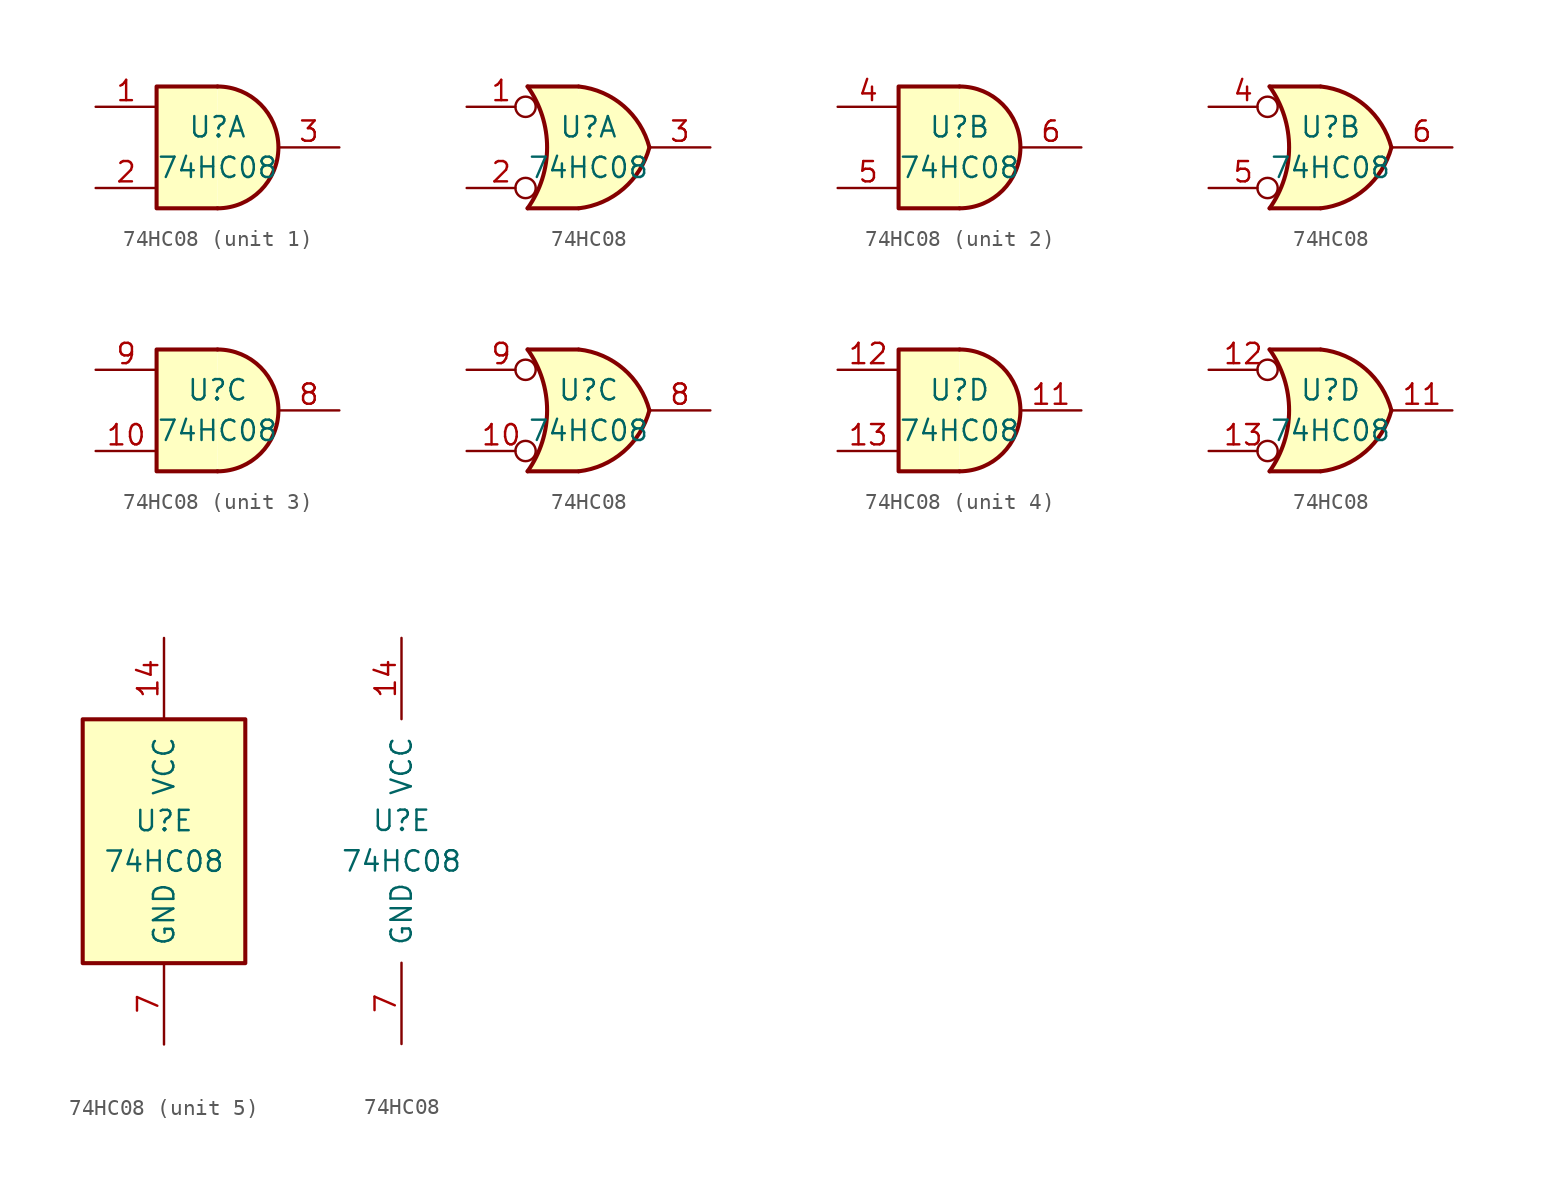
<source format=kicad_sym>
(kicad_symbol_lib
  (version 20211014)
  (generator kicad_symbol_editor)
  (symbol "74HC08"
    (pin_names
      (offset 1.016))
    (property "Reference" "U"
      (at 0 1.27 0)
      (effects (font (size 1.27 1.27))))
    (property "Value" "74HC08"
      (at 0 -1.27 0)
      (effects (font (size 1.27 1.27))))
    (symbol "74HC08_1_1"
      (arc (start 0 -3.81) (mid 3.81 0) (end 0 3.81) (stroke (width 0.254) (type default) (color 0 0 0 0)) (fill (type background)))
      (polyline (pts (xy 0 3.81) (xy -3.81 3.81) (xy -3.81 -3.81) (xy 0 -3.81)) (stroke (width 0.254) (type default) (color 0 0 0 0)) (fill (type background)))
      (pin input line (at -7.62 2.54 0) (length 3.81) (name "~" (effects (font (size 1.27 1.27)))) (number "1" (effects (font (size 1.27 1.27)))))
      (pin input line (at -7.62 -2.54 0) (length 3.81) (name "~" (effects (font (size 1.27 1.27)))) (number "2" (effects (font (size 1.27 1.27)))))
      (pin output line (at 7.62 0 180) (length 3.81) (name "~" (effects (font (size 1.27 1.27)))) (number "3" (effects (font (size 1.27 1.27))))))
    (symbol "74HC08_1_2"
      (arc (start -3.81 -3.81) (mid -2.589 0) (end -3.81 3.81) (stroke (width 0.254) (type default) (color 0 0 0 0)) (fill (type none)))
      (arc (start -0.6096 -3.81) (mid 2.1855 -2.584) (end 3.81 0) (stroke (width 0.254) (type default) (color 0 0 0 0)) (fill (type background)))
      (polyline (pts (xy -3.81 -3.81) (xy -0.635 -3.81)) (stroke (width 0.254) (type default) (color 0 0 0 0)) (fill (type background)))
      (polyline (pts (xy -3.81 3.81) (xy -0.635 3.81)) (stroke (width 0.254) (type default) (color 0 0 0 0)) (fill (type background)))
      (polyline (pts (xy -0.635 3.81) (xy -3.81 3.81) (xy -3.81 3.81) (xy -3.556 3.404) (xy -3.023 2.261) (xy -2.692 1.041) (xy -2.616 -0.254) (xy -2.769 -1.499) (xy -3.175 -2.718) (xy -3.81 -3.81) (xy -3.81 -3.81) (xy -0.635 -3.81)) (stroke (width -25.4) (type default) (color 0 0 0 0)) (fill (type background)))
      (arc (start 3.81 0) (mid 2.1928 2.5925) (end -0.6096 3.81) (stroke (width 0.254) (type default) (color 0 0 0 0)) (fill (type background)))
      (pin input inverted (at -7.62 2.54 0) (length 4.318) (name "~" (effects (font (size 1.27 1.27)))) (number "1" (effects (font (size 1.27 1.27)))))
      (pin input inverted (at -7.62 -2.54 0) (length 4.318) (name "~" (effects (font (size 1.27 1.27)))) (number "2" (effects (font (size 1.27 1.27)))))
      (pin output line (at 7.62 0 180) (length 3.81) (name "~" (effects (font (size 1.27 1.27)))) (number "3" (effects (font (size 1.27 1.27))))))
    (symbol "74HC08_2_1"
      (arc (start 0 -3.81) (mid 3.81 0) (end 0 3.81) (stroke (width 0.254) (type default) (color 0 0 0 0)) (fill (type background)))
      (polyline (pts (xy 0 3.81) (xy -3.81 3.81) (xy -3.81 -3.81) (xy 0 -3.81)) (stroke (width 0.254) (type default) (color 0 0 0 0)) (fill (type background)))
      (pin input line (at -7.62 2.54 0) (length 3.81) (name "~" (effects (font (size 1.27 1.27)))) (number "4" (effects (font (size 1.27 1.27)))))
      (pin input line (at -7.62 -2.54 0) (length 3.81) (name "~" (effects (font (size 1.27 1.27)))) (number "5" (effects (font (size 1.27 1.27)))))
      (pin output line (at 7.62 0 180) (length 3.81) (name "~" (effects (font (size 1.27 1.27)))) (number "6" (effects (font (size 1.27 1.27))))))
    (symbol "74HC08_2_2"
      (arc (start -3.81 -3.81) (mid -2.589 0) (end -3.81 3.81) (stroke (width 0.254) (type default) (color 0 0 0 0)) (fill (type none)))
      (arc (start -0.6096 -3.81) (mid 2.1855 -2.584) (end 3.81 0) (stroke (width 0.254) (type default) (color 0 0 0 0)) (fill (type background)))
      (polyline (pts (xy -3.81 -3.81) (xy -0.635 -3.81)) (stroke (width 0.254) (type default) (color 0 0 0 0)) (fill (type background)))
      (polyline (pts (xy -3.81 3.81) (xy -0.635 3.81)) (stroke (width 0.254) (type default) (color 0 0 0 0)) (fill (type background)))
      (polyline (pts (xy -0.635 3.81) (xy -3.81 3.81) (xy -3.81 3.81) (xy -3.556 3.404) (xy -3.023 2.261) (xy -2.692 1.041) (xy -2.616 -0.254) (xy -2.769 -1.499) (xy -3.175 -2.718) (xy -3.81 -3.81) (xy -3.81 -3.81) (xy -0.635 -3.81)) (stroke (width -25.4) (type default) (color 0 0 0 0)) (fill (type background)))
      (arc (start 3.81 0) (mid 2.1928 2.5925) (end -0.6096 3.81) (stroke (width 0.254) (type default) (color 0 0 0 0)) (fill (type background)))
      (pin input inverted (at -7.62 2.54 0) (length 4.318) (name "~" (effects (font (size 1.27 1.27)))) (number "4" (effects (font (size 1.27 1.27)))))
      (pin input inverted (at -7.62 -2.54 0) (length 4.318) (name "~" (effects (font (size 1.27 1.27)))) (number "5" (effects (font (size 1.27 1.27)))))
      (pin output line (at 7.62 0 180) (length 3.81) (name "~" (effects (font (size 1.27 1.27)))) (number "6" (effects (font (size 1.27 1.27))))))
    (symbol "74HC08_3_1"
      (arc (start 0 -3.81) (mid 3.81 0) (end 0 3.81) (stroke (width 0.254) (type default) (color 0 0 0 0)) (fill (type background)))
      (polyline (pts (xy 0 3.81) (xy -3.81 3.81) (xy -3.81 -3.81) (xy 0 -3.81)) (stroke (width 0.254) (type default) (color 0 0 0 0)) (fill (type background)))
      (pin input line (at -7.62 -2.54 0) (length 3.81) (name "~" (effects (font (size 1.27 1.27)))) (number "10" (effects (font (size 1.27 1.27)))))
      (pin output line (at 7.62 0 180) (length 3.81) (name "~" (effects (font (size 1.27 1.27)))) (number "8" (effects (font (size 1.27 1.27)))))
      (pin input line (at -7.62 2.54 0) (length 3.81) (name "~" (effects (font (size 1.27 1.27)))) (number "9" (effects (font (size 1.27 1.27))))))
    (symbol "74HC08_3_2"
      (arc (start -3.81 -3.81) (mid -2.589 0) (end -3.81 3.81) (stroke (width 0.254) (type default) (color 0 0 0 0)) (fill (type none)))
      (arc (start -0.6096 -3.81) (mid 2.1855 -2.584) (end 3.81 0) (stroke (width 0.254) (type default) (color 0 0 0 0)) (fill (type background)))
      (polyline (pts (xy -3.81 -3.81) (xy -0.635 -3.81)) (stroke (width 0.254) (type default) (color 0 0 0 0)) (fill (type background)))
      (polyline (pts (xy -3.81 3.81) (xy -0.635 3.81)) (stroke (width 0.254) (type default) (color 0 0 0 0)) (fill (type background)))
      (polyline (pts (xy -0.635 3.81) (xy -3.81 3.81) (xy -3.81 3.81) (xy -3.556 3.404) (xy -3.023 2.261) (xy -2.692 1.041) (xy -2.616 -0.254) (xy -2.769 -1.499) (xy -3.175 -2.718) (xy -3.81 -3.81) (xy -3.81 -3.81) (xy -0.635 -3.81)) (stroke (width -25.4) (type default) (color 0 0 0 0)) (fill (type background)))
      (arc (start 3.81 0) (mid 2.1928 2.5925) (end -0.6096 3.81) (stroke (width 0.254) (type default) (color 0 0 0 0)) (fill (type background)))
      (pin input inverted (at -7.62 -2.54 0) (length 4.318) (name "~" (effects (font (size 1.27 1.27)))) (number "10" (effects (font (size 1.27 1.27)))))
      (pin output line (at 7.62 0 180) (length 3.81) (name "~" (effects (font (size 1.27 1.27)))) (number "8" (effects (font (size 1.27 1.27)))))
      (pin input inverted (at -7.62 2.54 0) (length 4.318) (name "~" (effects (font (size 1.27 1.27)))) (number "9" (effects (font (size 1.27 1.27))))))
    (symbol "74HC08_4_1"
      (arc (start 0 -3.81) (mid 3.81 0) (end 0 3.81) (stroke (width 0.254) (type default) (color 0 0 0 0)) (fill (type background)))
      (polyline (pts (xy 0 3.81) (xy -3.81 3.81) (xy -3.81 -3.81) (xy 0 -3.81)) (stroke (width 0.254) (type default) (color 0 0 0 0)) (fill (type background)))
      (pin output line (at 7.62 0 180) (length 3.81) (name "~" (effects (font (size 1.27 1.27)))) (number "11" (effects (font (size 1.27 1.27)))))
      (pin input line (at -7.62 2.54 0) (length 3.81) (name "~" (effects (font (size 1.27 1.27)))) (number "12" (effects (font (size 1.27 1.27)))))
      (pin input line (at -7.62 -2.54 0) (length 3.81) (name "~" (effects (font (size 1.27 1.27)))) (number "13" (effects (font (size 1.27 1.27))))))
    (symbol "74HC08_4_2"
      (arc (start -3.81 -3.81) (mid -2.589 0) (end -3.81 3.81) (stroke (width 0.254) (type default) (color 0 0 0 0)) (fill (type none)))
      (arc (start -0.6096 -3.81) (mid 2.1855 -2.584) (end 3.81 0) (stroke (width 0.254) (type default) (color 0 0 0 0)) (fill (type background)))
      (polyline (pts (xy -3.81 -3.81) (xy -0.635 -3.81)) (stroke (width 0.254) (type default) (color 0 0 0 0)) (fill (type background)))
      (polyline (pts (xy -3.81 3.81) (xy -0.635 3.81)) (stroke (width 0.254) (type default) (color 0 0 0 0)) (fill (type background)))
      (polyline (pts (xy -0.635 3.81) (xy -3.81 3.81) (xy -3.81 3.81) (xy -3.556 3.404) (xy -3.023 2.261) (xy -2.692 1.041) (xy -2.616 -0.254) (xy -2.769 -1.499) (xy -3.175 -2.718) (xy -3.81 -3.81) (xy -3.81 -3.81) (xy -0.635 -3.81)) (stroke (width -25.4) (type default) (color 0 0 0 0)) (fill (type background)))
      (arc (start 3.81 0) (mid 2.1928 2.5925) (end -0.6096 3.81) (stroke (width 0.254) (type default) (color 0 0 0 0)) (fill (type background)))
      (pin output line (at 7.62 0 180) (length 3.81) (name "~" (effects (font (size 1.27 1.27)))) (number "11" (effects (font (size 1.27 1.27)))))
      (pin input inverted (at -7.62 2.54 0) (length 4.318) (name "~" (effects (font (size 1.27 1.27)))) (number "12" (effects (font (size 1.27 1.27)))))
      (pin input inverted (at -7.62 -2.54 0) (length 4.318) (name "~" (effects (font (size 1.27 1.27)))) (number "13" (effects (font (size 1.27 1.27))))))
    (symbol "74HC08_5_0"
      (pin power_in line (at 0 12.7 270) (length 5.08) (name "VCC" (effects (font (size 1.27 1.27)))) (number "14" (effects (font (size 1.27 1.27)))))
      (pin power_in line (at 0 -12.7 90) (length 5.08) (name "GND" (effects (font (size 1.27 1.27)))) (number "7" (effects (font (size 1.27 1.27))))))
    (symbol "74HC08_5_1"
      (rectangle (start -5.08 7.62) (end 5.08 -7.62) (stroke (width 0.254) (type default) (color 0 0 0 0)) (fill (type background))))))
</source>
